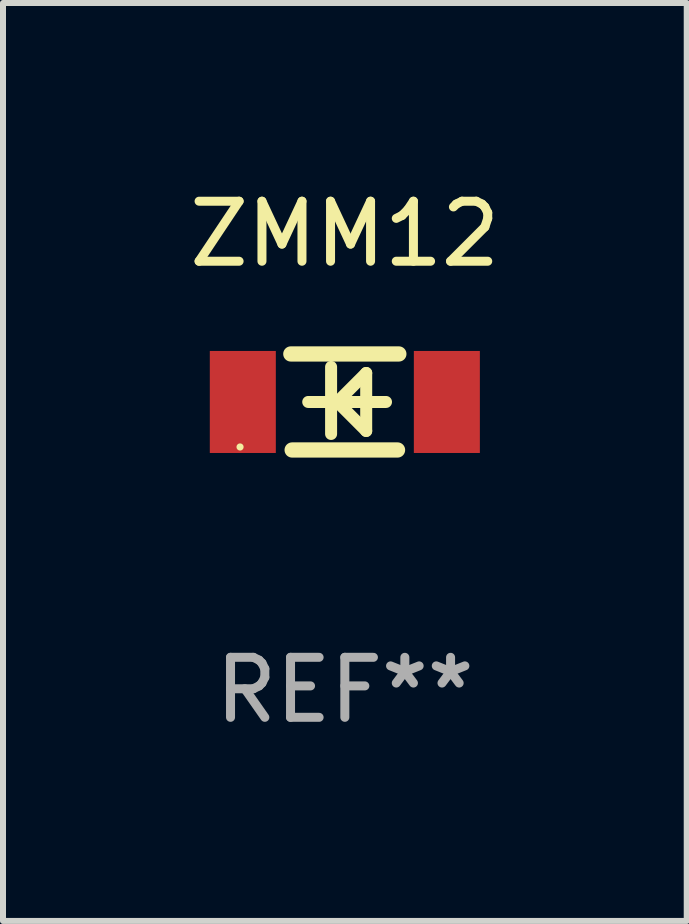
<source format=kicad_pcb>
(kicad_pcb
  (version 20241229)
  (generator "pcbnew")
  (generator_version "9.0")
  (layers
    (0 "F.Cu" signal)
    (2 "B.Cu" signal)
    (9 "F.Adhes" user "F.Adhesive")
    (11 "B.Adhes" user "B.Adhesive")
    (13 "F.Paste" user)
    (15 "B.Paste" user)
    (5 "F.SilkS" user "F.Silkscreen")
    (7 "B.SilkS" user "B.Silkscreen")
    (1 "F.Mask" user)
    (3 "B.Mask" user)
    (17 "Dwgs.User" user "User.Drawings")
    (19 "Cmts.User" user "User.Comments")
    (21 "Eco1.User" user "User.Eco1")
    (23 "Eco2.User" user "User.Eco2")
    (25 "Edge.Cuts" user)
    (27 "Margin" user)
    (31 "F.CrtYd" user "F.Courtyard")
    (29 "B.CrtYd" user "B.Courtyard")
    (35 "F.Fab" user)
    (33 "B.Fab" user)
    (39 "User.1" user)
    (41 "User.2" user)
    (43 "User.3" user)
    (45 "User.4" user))
  (footprint "ZMM12"
    (layer "F.Cu")
    (at 2.696 3.648)
    (property "Reference" "ZMM12" (at 0 -2.8 0) (layer "F.SilkS") (effects (font (size 1 1) (thickness 0.15))))
    (attr through_hole)
    (fp_line (start -0.9 -0.8) (end 0.9 -0.8) (stroke (width 0.254) (type solid)) (layer "F.SilkS"))
    (fp_line (start -0.878 0.8) (end 0.878 0.8) (stroke (width 0.254) (type solid)) (layer "F.SilkS"))
    (fp_line (start -0.61 0) (end 0.686 0) (stroke (width 0.2) (type solid)) (layer "F.SilkS"))
    (fp_line (start -0.229 -0.584) (end -0.229 0.533) (stroke (width 0.2) (type solid)) (layer "F.SilkS"))
    (fp_line (start -0.127 0) (end 0.356 -0.483) (stroke (width 0.2) (type solid)) (layer "F.SilkS"))
    (fp_line (start 0.356 -0.483) (end 0.356 0.483) (stroke (width 0.2) (type solid)) (layer "F.SilkS"))
    (fp_line (start 0.356 0.483) (end -0.102 0.025) (stroke (width 0.2) (type solid)) (layer "F.SilkS"))
    (fp_circle (center -1.746 0.75) (end -1.716 0.75) (stroke (width 0.06) (type solid)) (fill no) (layer "F.SilkS"))
    (fp_text user "REF**" (at 0 4.8 0) (layer "F.Fab") (effects (font (size 1 1) (thickness 0.15))))
    (pad "1" smd rect (at -1.7 0 180) (size 1.1 1.7) (layers "F.Cu" "F.Mask" "F.Paste"))
    (pad "2" smd rect (at 1.7 0 180) (size 1.1 1.7) (layers "F.Cu" "F.Mask" "F.Paste")))
  (gr_rect
    (start -3 -3)
    (end 8.393 12.296)
    (stroke (width 0.1) (type default))
    (fill no)
    (layer "Edge.Cuts")))
</source>
